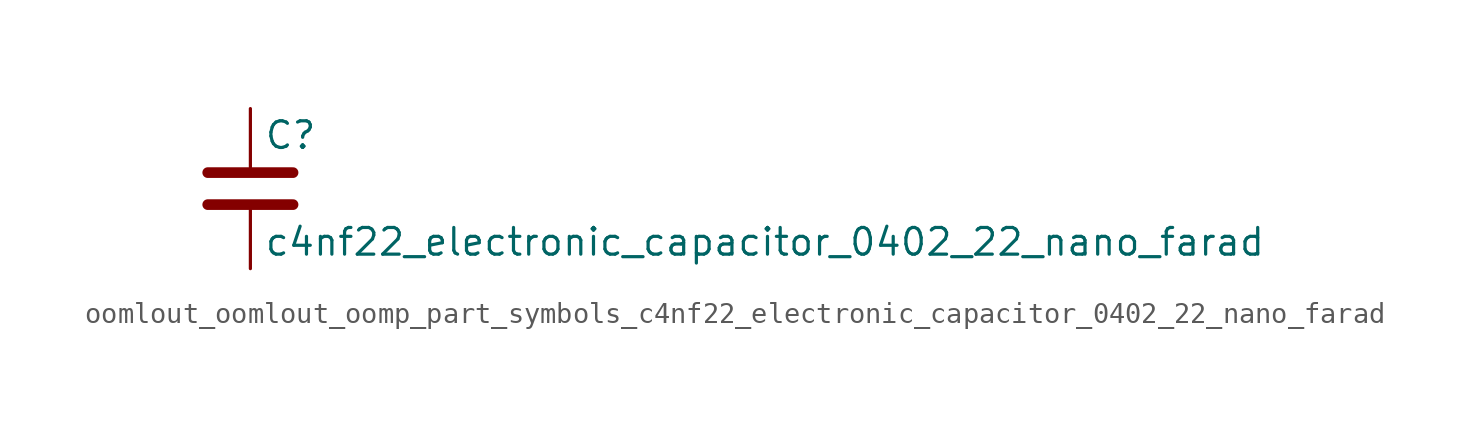
<source format=kicad_sym>
(kicad_symbol_lib
  (version 20220914)
  (generator kicad_symbol_editor)
  (symbol "oomlout_oomlout_oomp_part_symbols_c4nf22_electronic_capacitor_0402_22_nano_farad"
    (pin_numbers hide)
    (pin_names
      (offset 0.254))
    (property "Reference" "C"
      (at 0.635 2.54 0)
      (effects (font (size 1.27 1.27)) (justify left)))
    (property "Value" "c4nf22_electronic_capacitor_0402_22_nano_farad"
      (at 0.635 -2.54 0)
      (effects (font (size 1.27 1.27)) (justify left)))
    (symbol "oomlout_oomlout_oomp_part_symbols_c4nf22_electronic_capacitor_0402_22_nano_farad_0_1"
      (polyline (pts (xy -2.032 -0.762) (xy 2.032 -0.762)) (stroke (width 0.508) (type default)) (fill (type none)))
      (polyline (pts (xy -2.032 0.762) (xy 2.032 0.762)) (stroke (width 0.508) (type default)) (fill (type none))))
    (symbol "oomlout_oomlout_oomp_part_symbols_c4nf22_electronic_capacitor_0402_22_nano_farad_1_1"
      (pin passive line (at 0 3.81 270) (length 2.794) (name "~" (effects (font (size 1.27 1.27)))) (number "1" (effects (font (size 1.27 1.27)))))
      (pin passive line (at 0 -3.81 90) (length 2.794) (name "~" (effects (font (size 1.27 1.27)))) (number "2" (effects (font (size 1.27 1.27))))))))
</source>
